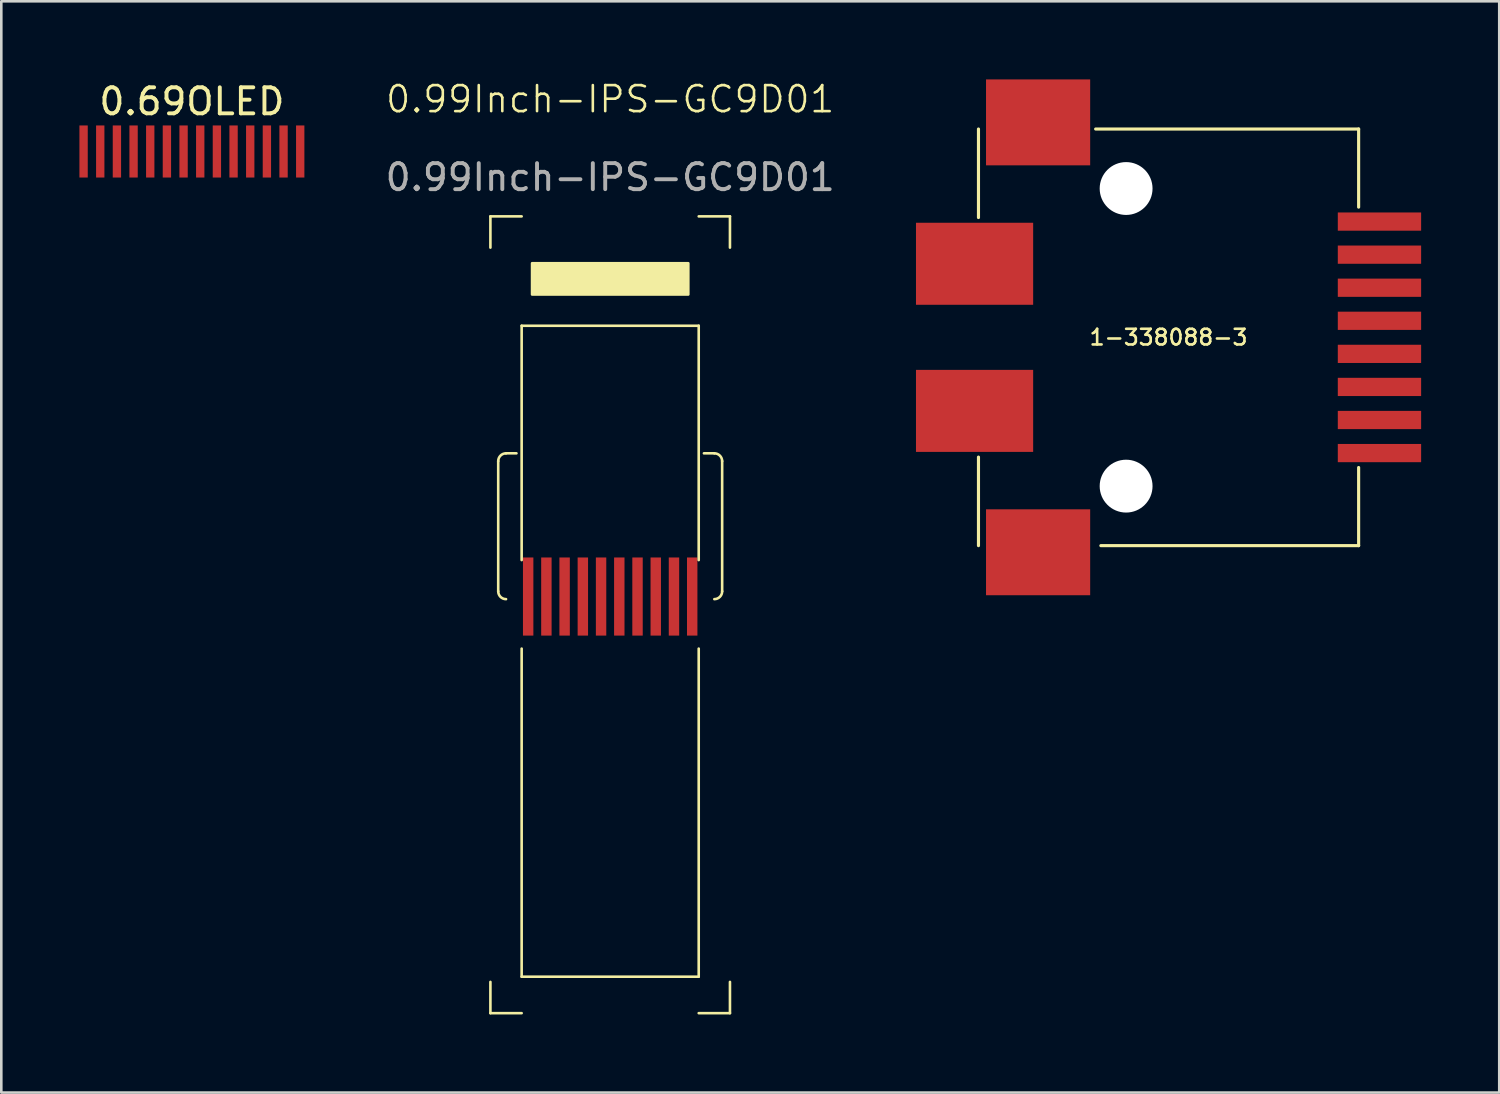
<source format=kicad_pcb>
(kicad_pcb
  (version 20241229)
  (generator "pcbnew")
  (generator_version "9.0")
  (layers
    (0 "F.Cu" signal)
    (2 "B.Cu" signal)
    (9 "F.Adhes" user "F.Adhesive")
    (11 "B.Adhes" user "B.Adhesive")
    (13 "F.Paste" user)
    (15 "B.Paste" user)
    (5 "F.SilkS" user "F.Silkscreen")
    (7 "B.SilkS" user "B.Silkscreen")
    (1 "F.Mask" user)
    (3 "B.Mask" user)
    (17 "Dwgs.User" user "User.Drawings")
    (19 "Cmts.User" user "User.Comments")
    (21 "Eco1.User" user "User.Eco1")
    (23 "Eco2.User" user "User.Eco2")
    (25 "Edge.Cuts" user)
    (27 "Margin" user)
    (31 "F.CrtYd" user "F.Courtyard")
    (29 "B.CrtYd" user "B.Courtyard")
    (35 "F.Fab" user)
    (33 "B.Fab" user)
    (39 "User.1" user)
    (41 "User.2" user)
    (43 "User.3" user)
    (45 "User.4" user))
  (footprint "0.69OLED"
    (layer "F.Cu")
    (at 4.32 2.768)
    (property "Reference" "0.69OLED" (at 0 -1.92 0) (layer "F.SilkS") (effects (font (size 1 1) (thickness 0.15))))
    (attr through_hole)
    (pad "1" smd rect (at -4.16 0) (size 0.32 2) (layers "F.Cu" "F.Mask" "F.Paste"))
    (pad "2" smd rect (at -3.52 0) (size 0.32 2) (layers "F.Cu" "F.Mask" "F.Paste"))
    (pad "3" smd rect (at -2.88 0) (size 0.32 2) (layers "F.Cu" "F.Mask" "F.Paste"))
    (pad "4" smd rect (at -2.24 0) (size 0.32 2) (layers "F.Cu" "F.Mask" "F.Paste"))
    (pad "5" smd rect (at -1.6 0) (size 0.32 2) (layers "F.Cu" "F.Mask" "F.Paste"))
    (pad "6" smd rect (at -0.96 0) (size 0.32 2) (layers "F.Cu" "F.Mask" "F.Paste"))
    (pad "7" smd rect (at -0.32 0) (size 0.32 2) (layers "F.Cu" "F.Mask" "F.Paste"))
    (pad "8" smd rect (at 0.32 0) (size 0.32 2) (layers "F.Cu" "F.Mask" "F.Paste"))
    (pad "9" smd rect (at 0.96 0) (size 0.32 2) (layers "F.Cu" "F.Mask" "F.Paste"))
    (pad "10" smd rect (at 1.6 0) (size 0.32 2) (layers "F.Cu" "F.Mask" "F.Paste"))
    (pad "11" smd rect (at 2.24 0) (size 0.32 2) (layers "F.Cu" "F.Mask" "F.Paste"))
    (pad "12" smd rect (at 2.88 0) (size 0.32 2) (layers "F.Cu" "F.Mask" "F.Paste"))
    (pad "13" smd rect (at 3.52 0) (size 0.32 2) (layers "F.Cu" "F.Mask" "F.Paste"))
    (pad "14" smd rect (at 4.16 0) (size 0.32 2) (layers "F.Cu" "F.Mask" "F.Paste")))
  (footprint "0.99Inch-IPS-GC9D01"
    (layer "F.Cu")
    (at 20.384 5.66)
    (property "Reference" "0.99Inch-IPS-GC9D01" (at 0 -4.9 0) (unlocked yes) (layer "F.SilkS") (effects (font (size 1 1) (thickness 0.1))))
    (attr smd)
    (fp_line (start -4.6 0.8) (end -4.6 -0.4) (stroke (width 0.1) (type default)) (layer "F.SilkS"))
    (fp_line (start -4.6 29) (end -4.6 30.2) (stroke (width 0.1) (type default)) (layer "F.SilkS"))
    (fp_line (start -4.3 14) (end -4.3 9) (stroke (width 0.1) (type default)) (layer "F.SilkS"))
    (fp_line (start -3.6 8.7) (end -4 8.7) (stroke (width 0.1) (type default)) (layer "F.SilkS"))
    (fp_line (start -3.4 -0.4) (end -4.6 -0.4) (stroke (width 0.1) (type default)) (layer "F.SilkS"))
    (fp_line (start -3.4 3.8) (end -3.4 12.8) (stroke (width 0.1) (type default)) (layer "F.SilkS"))
    (fp_line (start -3.4 3.8) (end 3.4 3.8) (stroke (width 0.1) (type default)) (layer "F.SilkS"))
    (fp_line (start -3.4 28.8) (end -3.4 16.2) (stroke (width 0.1) (type default)) (layer "F.SilkS"))
    (fp_line (start -3.4 28.8) (end 3.4 28.8) (stroke (width 0.1) (type default)) (layer "F.SilkS"))
    (fp_line (start -3.4 30.2) (end -4.6 30.2) (stroke (width 0.1) (type default)) (layer "F.SilkS"))
    (fp_line (start 3.4 -0.4) (end 4.6 -0.4) (stroke (width 0.1) (type default)) (layer "F.SilkS"))
    (fp_line (start 3.4 3.8) (end 3.4 12.8) (stroke (width 0.1) (type default)) (layer "F.SilkS"))
    (fp_line (start 3.4 28.8) (end 3.4 16.2) (stroke (width 0.1) (type default)) (layer "F.SilkS"))
    (fp_line (start 3.4 30.2) (end 4.6 30.2) (stroke (width 0.1) (type default)) (layer "F.SilkS"))
    (fp_line (start 4 8.7) (end 3.6 8.7) (stroke (width 0.1) (type default)) (layer "F.SilkS"))
    (fp_line (start 4.3 14) (end 4.3 9) (stroke (width 0.1) (type default)) (layer "F.SilkS"))
    (fp_line (start 4.6 0.8) (end 4.6 -0.4) (stroke (width 0.1) (type default)) (layer "F.SilkS"))
    (fp_line (start 4.6 29) (end 4.6 30.2) (stroke (width 0.1) (type default)) (layer "F.SilkS"))
    (fp_rect (start -3 1.4) (end 3 2.6) (stroke (width 0.1) (type solid)) (fill yes) (layer "F.SilkS"))
    (fp_arc (start -4.3 9) (mid -4.212132 8.787868) (end -4 8.7) (stroke (width 0.1) (type default)) (layer "F.SilkS"))
    (fp_arc (start -4 14.3) (mid -4.212132 14.212132) (end -4.3 14) (stroke (width 0.1) (type default)) (layer "F.SilkS"))
    (fp_arc (start 4 8.7) (mid 4.212132 8.787868) (end 4.3 9) (stroke (width 0.1) (type default)) (layer "F.SilkS"))
    (fp_arc (start 4.3 14) (mid 4.212132 14.212132) (end 4 14.3) (stroke (width 0.1) (type default)) (layer "F.SilkS"))
    (fp_rect (start -4.3 0) (end 4.3 29.8) (stroke (width 0.1) (type default)) (fill no) (layer "Eco1.User"))
    (fp_rect (start -3.35 3.76) (end 3.35 28.75) (stroke (width 0.1) (type dash)) (fill no) (layer "Eco1.User"))
    (fp_line (start -5 12.6) (end 5 12.6) (stroke (width 0.1) (type default)) (layer "Eco2.User"))
    (fp_line (start -5 16) (end 5 16) (stroke (width 0.1) (type default)) (layer "Eco2.User"))
    (fp_text user "${REFERENCE}" (at 0 -1.9 0) (unlocked yes) (layer "F.Fab") (effects (font (size 1 1) (thickness 0.15))))
    (pad "1" smd rect (at -3.15 14.2) (size 0.4 3) (layers "F.Cu" "F.Mask" "F.Paste"))
    (pad "2" smd rect (at -2.45 14.2) (size 0.4 3) (layers "F.Cu" "F.Mask" "F.Paste"))
    (pad "3" smd rect (at -1.75 14.2) (size 0.4 3) (layers "F.Cu" "F.Mask" "F.Paste"))
    (pad "4" smd rect (at -1.05 14.2) (size 0.4 3) (layers "F.Cu" "F.Mask" "F.Paste"))
    (pad "5" smd rect (at -0.35 14.2) (size 0.4 3) (layers "F.Cu" "F.Mask" "F.Paste"))
    (pad "6" smd rect (at 0.35 14.2) (size 0.4 3) (layers "F.Cu" "F.Mask" "F.Paste"))
    (pad "7" smd rect (at 1.05 14.2) (size 0.4 3) (layers "F.Cu" "F.Mask" "F.Paste"))
    (pad "8" smd rect (at 1.75 14.2) (size 0.4 3) (layers "F.Cu" "F.Mask" "F.Paste"))
    (pad "9" smd rect (at 2.45 14.2) (size 0.4 3) (layers "F.Cu" "F.Mask" "F.Paste"))
    (pad "10" smd rect (at 3.15 14.2) (size 0.4 3) (layers "F.Cu" "F.Mask" "F.Paste")))
  (footprint "1-338088-3"
    (layer "F.Cu")
    (at 41.828 9.905)
    (property "Reference" "1-338088-3" (at 0 0 0) (layer "F.SilkS") (effects (font (size 0.6 0.6) (thickness 0.1))))
    (attr smd)
    (fp_line (start -7.3 -8) (end -7.3 -4.6) (stroke (width 0.12) (type solid)) (layer "F.SilkS"))
    (fp_line (start -7.3 8) (end -7.3 4.6) (stroke (width 0.12) (type solid)) (layer "F.SilkS"))
    (fp_line (start -2.8 -8) (end 7.3 -8) (stroke (width 0.12) (type solid)) (layer "F.SilkS"))
    (fp_line (start 7.3 -8) (end 7.3 -5) (stroke (width 0.12) (type solid)) (layer "F.SilkS"))
    (fp_line (start 7.3 8) (end -2.6 8) (stroke (width 0.12) (type solid)) (layer "F.SilkS"))
    (fp_line (start 7.3 8) (end 7.3 5) (stroke (width 0.12) (type solid)) (layer "F.SilkS"))
    (pad "" np_thru_hole circle (at -1.63 -5.715 180) (size 2.03 2.03) (drill 2.03) (layers "*.Cu" "*.Mask"))
    (pad "" np_thru_hole circle (at -1.63 5.715) (size 2.03 2.03) (drill 2.03) (layers "*.Cu" "*.Mask"))
    (pad "1" smd rect (at 8.1 -4.445) (size 3.2 0.7) (layers "F.Cu" "F.Mask" "F.Paste"))
    (pad "2" smd rect (at 8.1 -3.175) (size 3.2 0.7) (layers "F.Cu" "F.Mask" "F.Paste"))
    (pad "3" smd rect (at 8.1 -1.905) (size 3.2 0.7) (layers "F.Cu" "F.Mask" "F.Paste"))
    (pad "4" smd rect (at 8.1 -0.635) (size 3.2 0.7) (layers "F.Cu" "F.Mask" "F.Paste"))
    (pad "5" smd rect (at 8.1 0.635) (size 3.2 0.7) (layers "F.Cu" "F.Mask" "F.Paste"))
    (pad "6" smd rect (at 8.1 1.905) (size 3.2 0.7) (layers "F.Cu" "F.Mask" "F.Paste"))
    (pad "7" smd rect (at 8.1 3.175) (size 3.2 0.7) (layers "F.Cu" "F.Mask" "F.Paste"))
    (pad "8" smd rect (at 8.1 4.445) (size 3.2 0.7) (layers "F.Cu" "F.Mask" "F.Paste"))
    (pad "SH" smd rect (at -7.45 -2.825) (size 4.5 3.15) (layers "F.Cu" "F.Mask" "F.Paste"))
    (pad "SH" smd rect (at -7.45 2.825) (size 4.5 3.15) (layers "F.Cu" "F.Mask" "F.Paste"))
    (pad "SH" smd rect (at -5.01 -8.255) (size 4 3.3) (layers "F.Cu" "F.Mask" "F.Paste"))
    (pad "SH" smd rect (at -5.01 8.255) (size 4 3.3) (layers "F.Cu" "F.Mask" "F.Paste")))
  (gr_rect
    (start -3 -3)
    (end 54.528 38.91)
    (stroke (width 0.1) (type default))
    (fill no)
    (layer "Edge.Cuts")))
</source>
